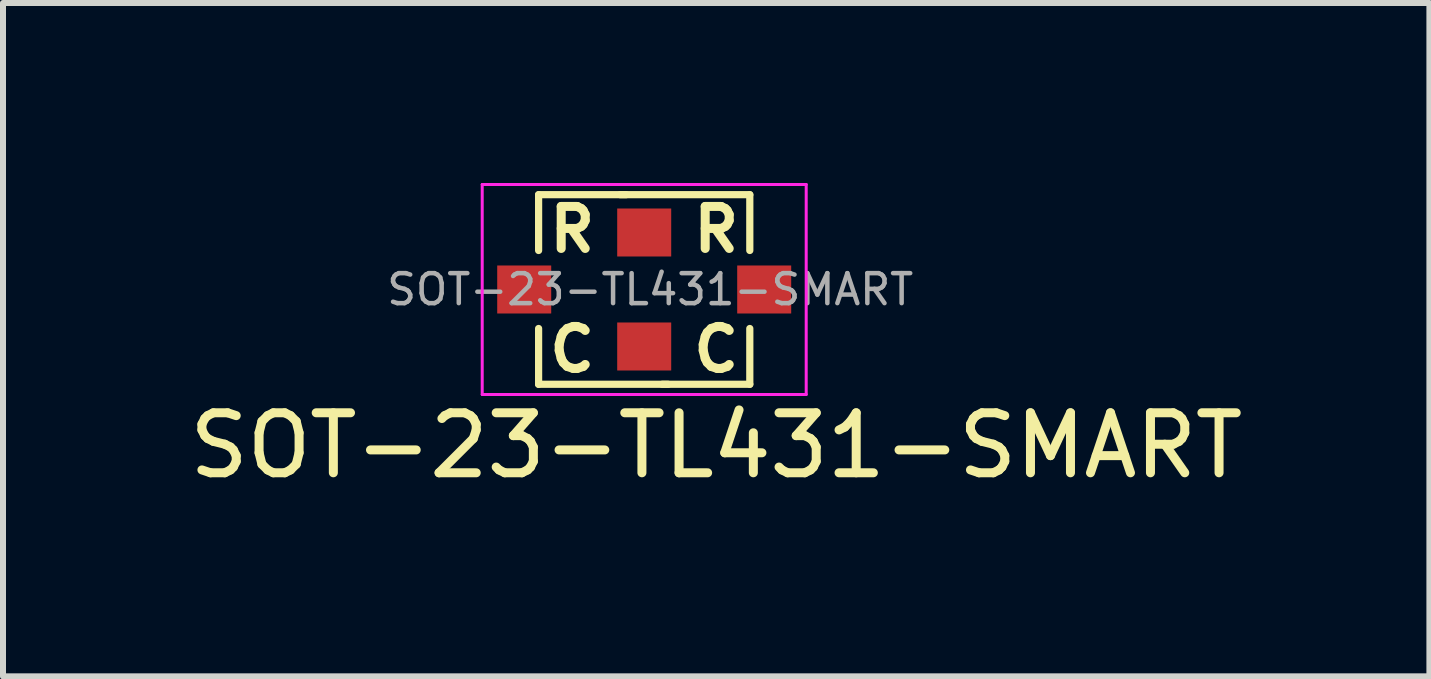
<source format=kicad_pcb>
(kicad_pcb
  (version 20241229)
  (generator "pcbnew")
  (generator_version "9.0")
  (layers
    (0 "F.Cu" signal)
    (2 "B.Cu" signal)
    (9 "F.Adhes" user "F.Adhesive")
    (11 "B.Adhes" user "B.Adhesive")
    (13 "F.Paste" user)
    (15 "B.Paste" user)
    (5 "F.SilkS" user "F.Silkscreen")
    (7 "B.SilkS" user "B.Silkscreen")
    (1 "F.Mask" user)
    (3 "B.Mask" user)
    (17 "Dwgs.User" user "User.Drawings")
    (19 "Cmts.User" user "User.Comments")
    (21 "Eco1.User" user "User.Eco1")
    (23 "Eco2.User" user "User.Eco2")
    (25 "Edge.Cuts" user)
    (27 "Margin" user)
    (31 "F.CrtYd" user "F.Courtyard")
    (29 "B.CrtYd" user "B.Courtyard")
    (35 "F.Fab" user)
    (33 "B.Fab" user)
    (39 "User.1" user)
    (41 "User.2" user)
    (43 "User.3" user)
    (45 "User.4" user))
  (footprint "SOT-23-TL431-SMART"
    (layer "F.Cu")
    (at 8.687 1.775)
    (property "Reference" "SOT-23-TL431-SMART" (at 0.2 2.6 0) (layer "F.SilkS") (effects (font (size 1 1) (thickness 0.15))))
    (attr through_hole)
    (fp_line (start -2.76 -1.58) (end -2.76 -0.65) (stroke (width 0.12) (type solid)) (layer "F.SilkS"))
    (fp_line (start -2.76 -1.58) (end -1.3 -1.58) (stroke (width 0.12) (type solid)) (layer "F.SilkS"))
    (fp_line (start -2.76 1.58) (end -2.76 0.65) (stroke (width 0.12) (type solid)) (layer "F.SilkS"))
    (fp_line (start -2.76 1.58) (end -0.6 1.58) (stroke (width 0.12) (type solid)) (layer "F.SilkS"))
    (fp_line (start 0.76 -1.58) (end -1.4 -1.58) (stroke (width 0.12) (type solid)) (layer "F.SilkS"))
    (fp_line (start 0.76 -1.58) (end 0.76 -0.65) (stroke (width 0.12) (type solid)) (layer "F.SilkS"))
    (fp_line (start 0.76 1.58) (end -0.7 1.58) (stroke (width 0.12) (type solid)) (layer "F.SilkS"))
    (fp_line (start 0.76 1.58) (end 0.76 0.65) (stroke (width 0.12) (type solid)) (layer "F.SilkS"))
    (fp_line (start -3.7 -1.75) (end 1.7 -1.75) (stroke (width 0.05) (type solid)) (layer "F.CrtYd"))
    (fp_line (start -3.7 1.75) (end -3.7 -1.75) (stroke (width 0.05) (type solid)) (layer "F.CrtYd"))
    (fp_line (start 1.7 -1.75) (end 1.7 1.75) (stroke (width 0.05) (type solid)) (layer "F.CrtYd"))
    (fp_line (start 1.7 1.75) (end -3.7 1.75) (stroke (width 0.05) (type solid)) (layer "F.CrtYd"))
    (fp_text user "R" (at 0.2 -1 0) (layer "F.SilkS") (effects (font (size 0.7 0.7) (thickness 0.15))))
    (fp_text user "R" (at -2.2 -1 0) (layer "F.SilkS") (effects (font (size 0.7 0.7) (thickness 0.15))))
    (fp_text user "C" (at 0.2 1 0) (layer "F.SilkS") (effects (font (size 0.7 0.7) (thickness 0.15))))
    (fp_text user "C" (at -2.2 1 0) (layer "F.SilkS") (effects (font (size 0.7 0.7) (thickness 0.15))))
    (fp_text user "${REFERENCE}" (at -0.9 0 180) (layer "F.Fab") (effects (font (size 0.5 0.5) (thickness 0.075))))
    (pad "A" smd rect (at -3 0 180) (size 0.9 0.8) (layers "F.Cu" "F.Mask" "F.Paste"))
    (pad "A" smd rect (at 1 0) (size 0.9 0.8) (layers "F.Cu" "F.Mask" "F.Paste"))
    (pad "C" smd rect (at -1 0.95) (size 0.9 0.8) (layers "F.Cu" "F.Mask" "F.Paste"))
    (pad "R" smd rect (at -1 -0.95) (size 0.9 0.8) (layers "F.Cu" "F.Mask" "F.Paste")))
  (gr_rect
    (start -3 -3)
    (end 20.774 8.223)
    (stroke (width 0.1) (type default))
    (fill no)
    (layer "Edge.Cuts")))
</source>
